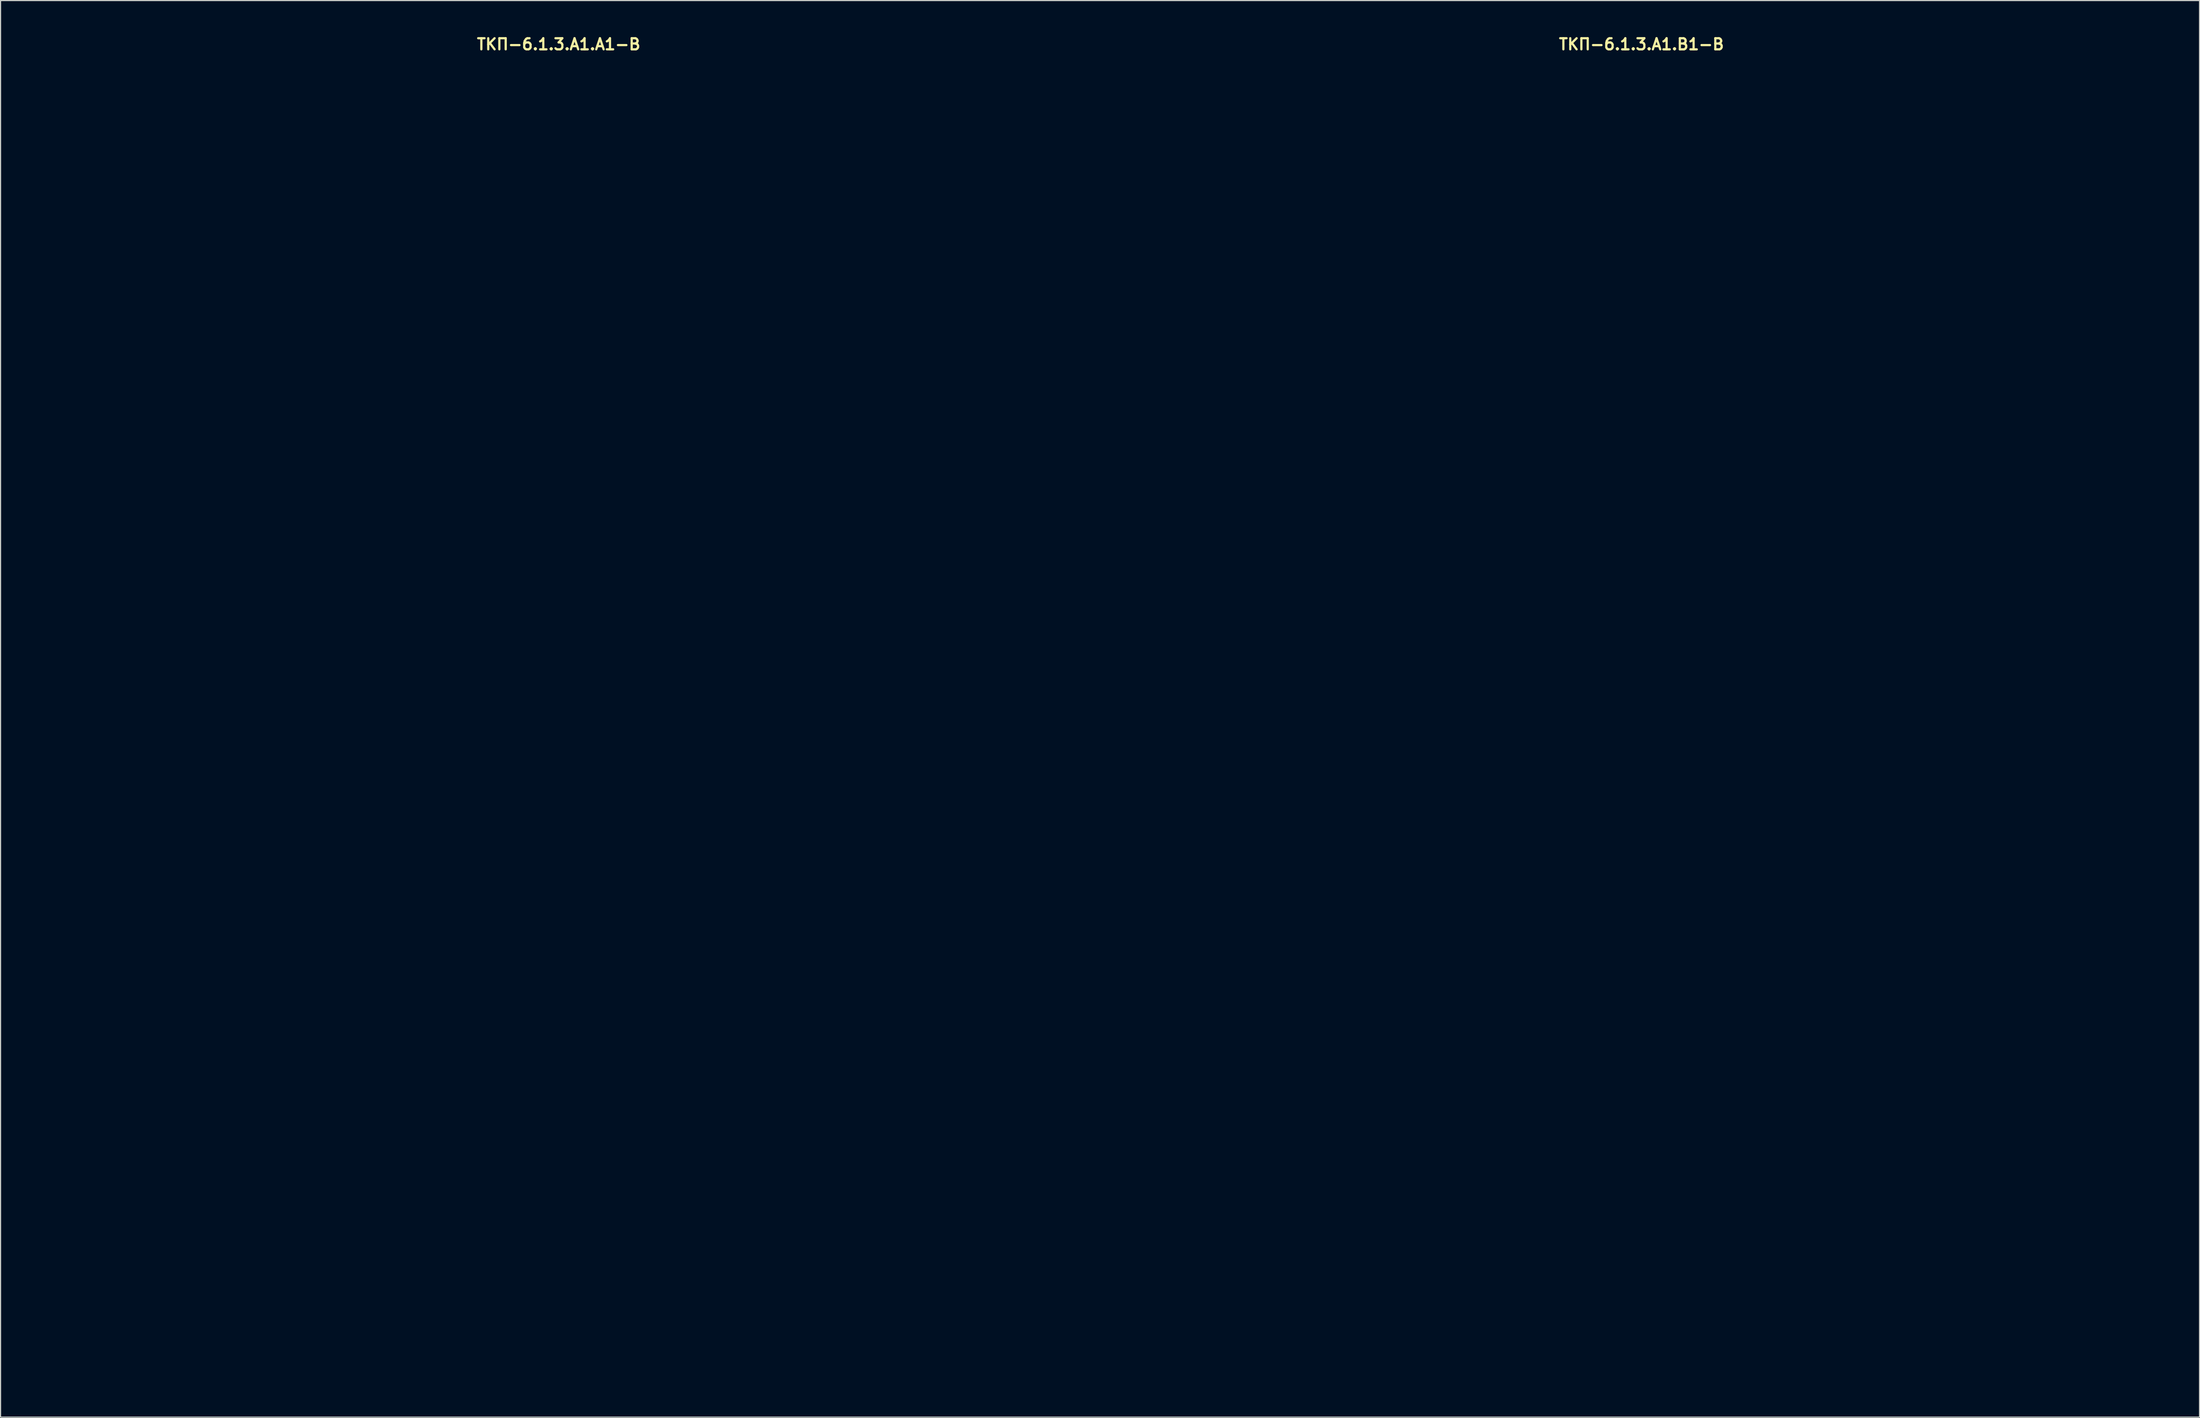
<source format=kicad_pcb>
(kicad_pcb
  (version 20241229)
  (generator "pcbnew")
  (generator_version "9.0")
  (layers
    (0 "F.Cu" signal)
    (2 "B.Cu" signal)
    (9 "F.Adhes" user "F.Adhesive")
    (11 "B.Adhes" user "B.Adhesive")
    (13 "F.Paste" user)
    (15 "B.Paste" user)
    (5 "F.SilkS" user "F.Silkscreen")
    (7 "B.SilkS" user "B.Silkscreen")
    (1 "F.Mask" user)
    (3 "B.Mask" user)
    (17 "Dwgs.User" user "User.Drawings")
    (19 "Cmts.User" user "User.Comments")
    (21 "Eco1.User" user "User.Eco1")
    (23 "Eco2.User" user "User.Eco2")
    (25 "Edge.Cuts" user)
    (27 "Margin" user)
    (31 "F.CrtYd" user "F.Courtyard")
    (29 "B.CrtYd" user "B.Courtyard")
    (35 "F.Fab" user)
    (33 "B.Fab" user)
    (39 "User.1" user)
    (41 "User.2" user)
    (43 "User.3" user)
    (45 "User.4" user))
  (footprint "ТКП-6.1.3.A1.B1-B"
    (layer "F.Cu")
    (at 144.6 61.515)
    (property "Reference" "ТКП-6.1.3.A1.B1-B" (at 0 -60.579 0) (layer "F.SilkS") (effects (font (size 1 1) (thickness 0.2))))
    (attr through_hole)
    (fp_line (start -47 -56.65) (end -47 56.65) (stroke (width 0.4) (type solid)) (layer "Eco1.User"))
    (fp_line (start -43.9 -59.75) (end 43.9 -59.75) (stroke (width 0.4) (type solid)) (layer "Eco1.User"))
    (fp_line (start -43.9 59.75) (end 43.9 59.75) (stroke (width 0.4) (type solid)) (layer "Eco1.User"))
    (fp_line (start 47 -56.65) (end 47 56.65) (stroke (width 0.4) (type solid)) (layer "Eco1.User"))
    (fp_arc (start -47 -56.65) (mid -46.092031 -58.842031) (end -43.9 -59.75) (stroke (width 0.4) (type solid)) (layer "Eco1.User"))
    (fp_arc (start -43.9 59.75) (mid -46.092031 58.842031) (end -47 56.65) (stroke (width 0.4) (type solid)) (layer "Eco1.User"))
    (fp_arc (start 43.9 -59.75) (mid 46.092031 -58.842031) (end 47 -56.65) (stroke (width 0.4) (type solid)) (layer "Eco1.User"))
    (fp_arc (start 47 56.65) (mid 46.092031 58.842031) (end 43.9 59.75) (stroke (width 0.4) (type solid)) (layer "Eco1.User"))
    (fp_circle (center -38.6 -51.35) (end -37.1 -51.35) (stroke (width 0.4) (type solid)) (fill no) (layer "Eco1.User"))
    (fp_circle (center -38.6 51.35) (end -37.1 51.35) (stroke (width 0.4) (type solid)) (fill no) (layer "Eco1.User"))
    (fp_circle (center -33.02 -31.55) (end -29.42 -31.55) (stroke (width 0.4) (type solid)) (fill no) (layer "Eco1.User"))
    (fp_circle (center -29.21 -52.07) (end -27.71 -52.07) (stroke (width 0.4) (type solid)) (fill no) (layer "Eco1.User"))
    (fp_circle (center -8.89 -52.07) (end -7.39 -52.07) (stroke (width 0.4) (type solid)) (fill no) (layer "Eco1.User"))
    (fp_circle (center 0 -31.55) (end 3.6 -31.55) (stroke (width 0.4) (type solid)) (fill no) (layer "Eco1.User"))
    (fp_circle (center 0 13.97) (end 2.65 13.97) (stroke (width 0.4) (type solid)) (fill no) (layer "Eco1.User"))
    (fp_circle (center 0 29.21) (end 6 29.21) (stroke (width 0.4) (type solid)) (fill no) (layer "Eco1.User"))
    (fp_circle (center 8.89 -52.07) (end 10.39 -52.07) (stroke (width 0.4) (type solid)) (fill no) (layer "Eco1.User"))
    (fp_circle (center 29.21 -52.07) (end 30.71 -52.07) (stroke (width 0.4) (type solid)) (fill no) (layer "Eco1.User"))
    (fp_circle (center 33.02 -31.55) (end 36.62 -31.55) (stroke (width 0.4) (type solid)) (fill no) (layer "Eco1.User"))
    (fp_circle (center 38.6 -51.35) (end 40.1 -51.35) (stroke (width 0.4) (type solid)) (fill no) (layer "Eco1.User"))
    (fp_circle (center 38.6 51.35) (end 40.1 51.35) (stroke (width 0.4) (type solid)) (fill no) (layer "Eco1.User")))
  (footprint "ТКП-6.1.3.A1.A1-B"
    (layer "F.Cu")
    (at 47.2 61.515)
    (property "Reference" "ТКП-6.1.3.A1.A1-B" (at 0 -60.579 0) (layer "F.SilkS") (effects (font (size 1 1) (thickness 0.2))))
    (attr through_hole)
    (fp_line (start -47 -56.65) (end -47 56.65) (stroke (width 0.4) (type solid)) (layer "Eco1.User"))
    (fp_line (start -43.9 -59.75) (end 43.9 -59.75) (stroke (width 0.4) (type solid)) (layer "Eco1.User"))
    (fp_line (start -43.9 59.75) (end 43.9 59.75) (stroke (width 0.4) (type solid)) (layer "Eco1.User"))
    (fp_line (start 47 -56.65) (end 47 56.65) (stroke (width 0.4) (type solid)) (layer "Eco1.User"))
    (fp_arc (start -47 -56.65) (mid -46.092031 -58.842031) (end -43.9 -59.75) (stroke (width 0.4) (type solid)) (layer "Eco1.User"))
    (fp_arc (start -43.9 59.75) (mid -46.092031 58.842031) (end -47 56.65) (stroke (width 0.4) (type solid)) (layer "Eco1.User"))
    (fp_arc (start 43.9 -59.75) (mid 46.092031 -58.842031) (end 47 -56.65) (stroke (width 0.4) (type solid)) (layer "Eco1.User"))
    (fp_arc (start 47 56.65) (mid 46.092031 58.842031) (end 43.9 59.75) (stroke (width 0.4) (type solid)) (layer "Eco1.User"))
    (fp_circle (center -39.37 -5.08) (end -37.87 -5.08) (stroke (width 0.4) (type solid)) (fill no) (layer "Eco1.User"))
    (fp_circle (center -38.6 -51.35) (end -37.1 -51.35) (stroke (width 0.4) (type solid)) (fill no) (layer "Eco1.User"))
    (fp_circle (center -38.6 51.35) (end -37.1 51.35) (stroke (width 0.4) (type solid)) (fill no) (layer "Eco1.User"))
    (fp_circle (center -33.02 -31.55) (end -29.42 -31.55) (stroke (width 0.4) (type solid)) (fill no) (layer "Eco1.User"))
    (fp_circle (center -29.21 -52.07) (end -27.71 -52.07) (stroke (width 0.4) (type solid)) (fill no) (layer "Eco1.User"))
    (fp_circle (center -26.67 -5.08) (end -23.67 -5.08) (stroke (width 0.4) (type solid)) (fill no) (layer "Eco1.User"))
    (fp_circle (center -8.89 -52.07) (end -7.39 -52.07) (stroke (width 0.4) (type solid)) (fill no) (layer "Eco1.User"))
    (fp_circle (center 0 -31.55) (end 3.6 -31.55) (stroke (width 0.4) (type solid)) (fill no) (layer "Eco1.User"))
    (fp_circle (center 0 -5.08) (end 3 -5.08) (stroke (width 0.4) (type solid)) (fill no) (layer "Eco1.User"))
    (fp_circle (center 0 13.97) (end 2.65 13.97) (stroke (width 0.4) (type solid)) (fill no) (layer "Eco1.User"))
    (fp_circle (center 0 29.21) (end 6 29.21) (stroke (width 0.4) (type solid)) (fill no) (layer "Eco1.User"))
    (fp_circle (center 8.89 -52.07) (end 10.39 -52.07) (stroke (width 0.4) (type solid)) (fill no) (layer "Eco1.User"))
    (fp_circle (center 26.67 -5.08) (end 29.67 -5.08) (stroke (width 0.4) (type solid)) (fill no) (layer "Eco1.User"))
    (fp_circle (center 29.21 -52.07) (end 30.71 -52.07) (stroke (width 0.4) (type solid)) (fill no) (layer "Eco1.User"))
    (fp_circle (center 33.02 -31.55) (end 36.62 -31.55) (stroke (width 0.4) (type solid)) (fill no) (layer "Eco1.User"))
    (fp_circle (center 38.6 -51.35) (end 40.1 -51.35) (stroke (width 0.4) (type solid)) (fill no) (layer "Eco1.User"))
    (fp_circle (center 38.6 51.35) (end 40.1 51.35) (stroke (width 0.4) (type solid)) (fill no) (layer "Eco1.User"))
    (fp_circle (center 39.37 -5.08) (end 40.87 -5.08) (stroke (width 0.4) (type solid)) (fill no) (layer "Eco1.User")))
  (gr_rect
    (start -3 -3)
    (end 194.8 124.465)
    (stroke (width 0.1) (type default))
    (fill no)
    (layer "Edge.Cuts")))
</source>
